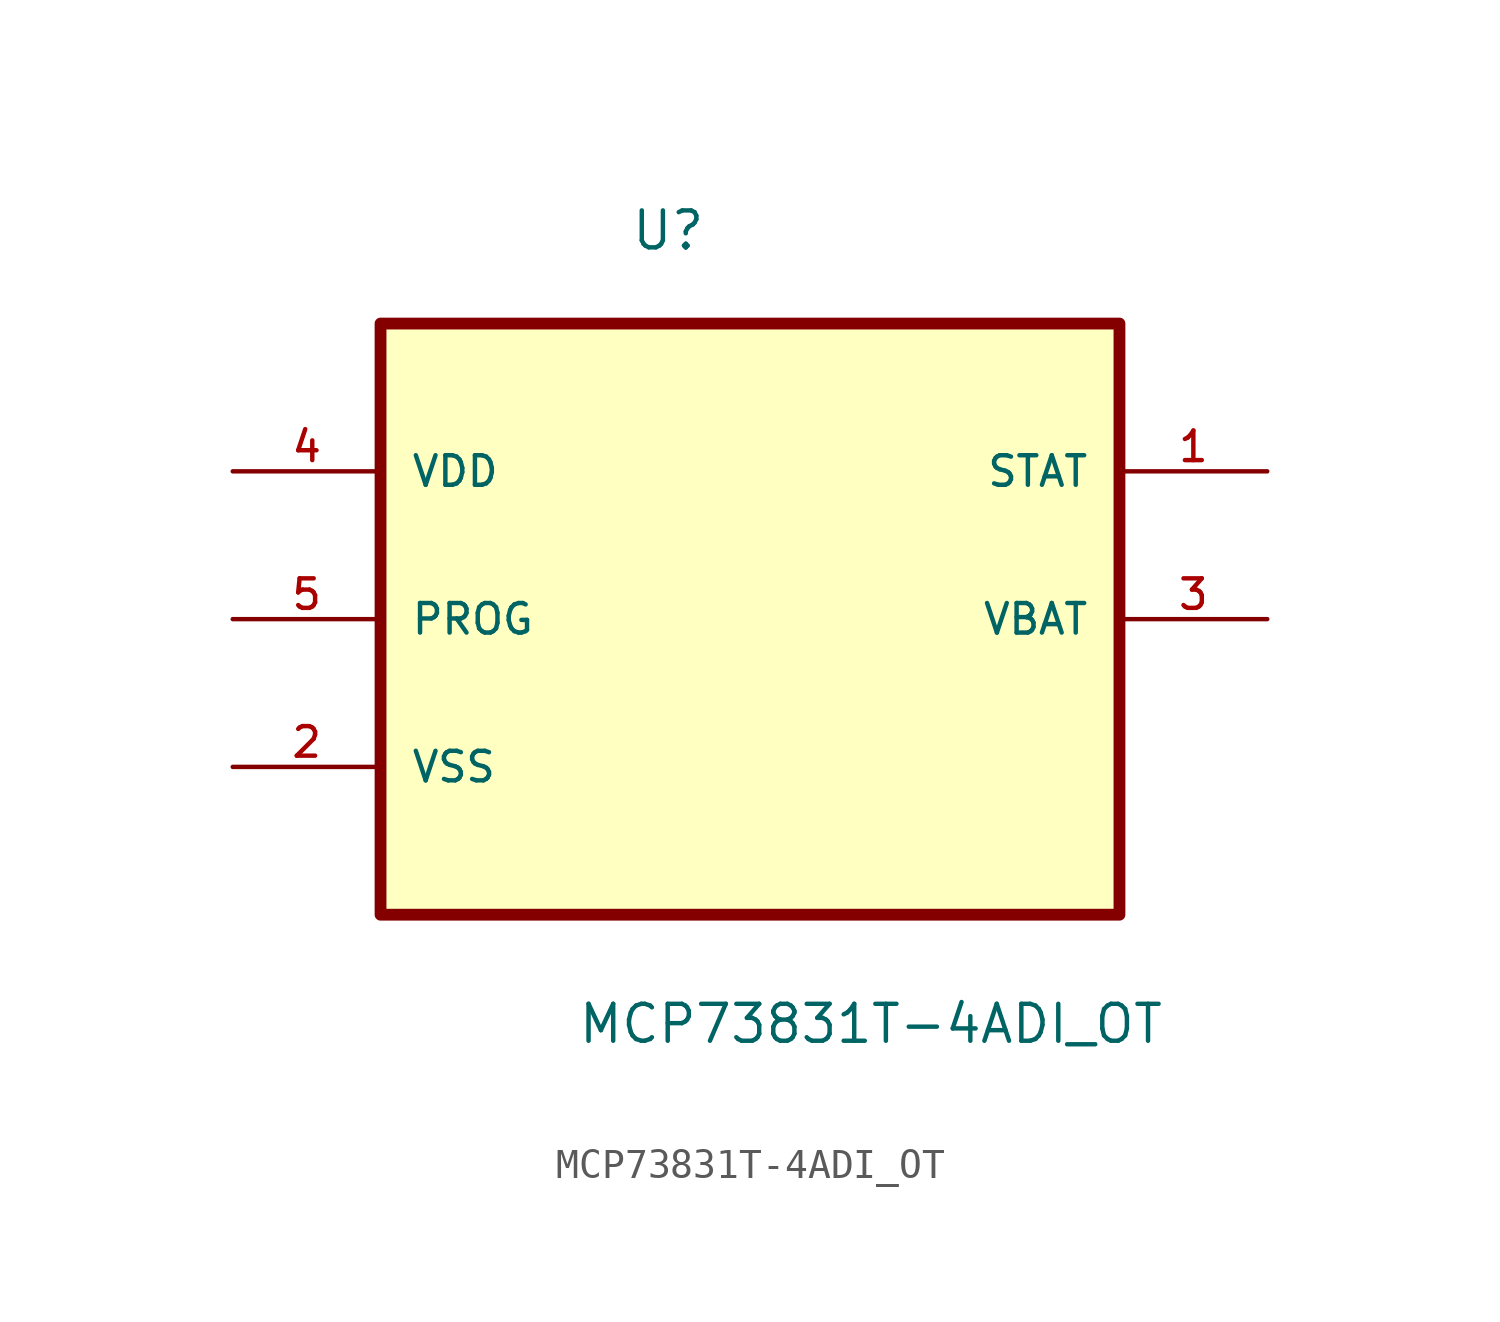
<source format=kicad_sym>
(kicad_symbol_lib
  (version 20211014)
  (generator kicad_symbol_editor)
  (symbol "MCP73831T-4ADI_OT"
    (pin_names
      (offset 1.016))
    (property "Reference" "U"
      (at -4.122 10.076 0.0)
      (effects (font (size 1.27 1.27)) (justify bottom left)))
    (property "Value" "MCP73831T-4ADI_OT"
      (at -5.952 -17.196 0.0)
      (effects (font (size 1.27 1.27)) (justify bottom left)))
    (symbol "MCP73831T-4ADI_OT_0_0"
      (rectangle (start -12.7 -12.7) (end 12.7 7.62) (stroke (width 0.406)) (fill (type background)))
      (pin power_in line (at -17.78 2.54 0) (length 5.08) (name "VDD" (effects (font (size 1.016 1.016)))) (number "4" (effects (font (size 1.016 1.016)))))
      (pin input line (at -17.78 -2.54 0) (length 5.08) (name "PROG" (effects (font (size 1.016 1.016)))) (number "5" (effects (font (size 1.016 1.016)))))
      (pin power_in line (at -17.78 -7.62 0) (length 5.08) (name "VSS" (effects (font (size 1.016 1.016)))) (number "2" (effects (font (size 1.016 1.016)))))
      (pin output line (at 17.78 2.54 180.0) (length 5.08) (name "STAT" (effects (font (size 1.016 1.016)))) (number "1" (effects (font (size 1.016 1.016)))))
      (pin output line (at 17.78 -2.54 180.0) (length 5.08) (name "VBAT" (effects (font (size 1.016 1.016)))) (number "3" (effects (font (size 1.016 1.016))))))))
</source>
